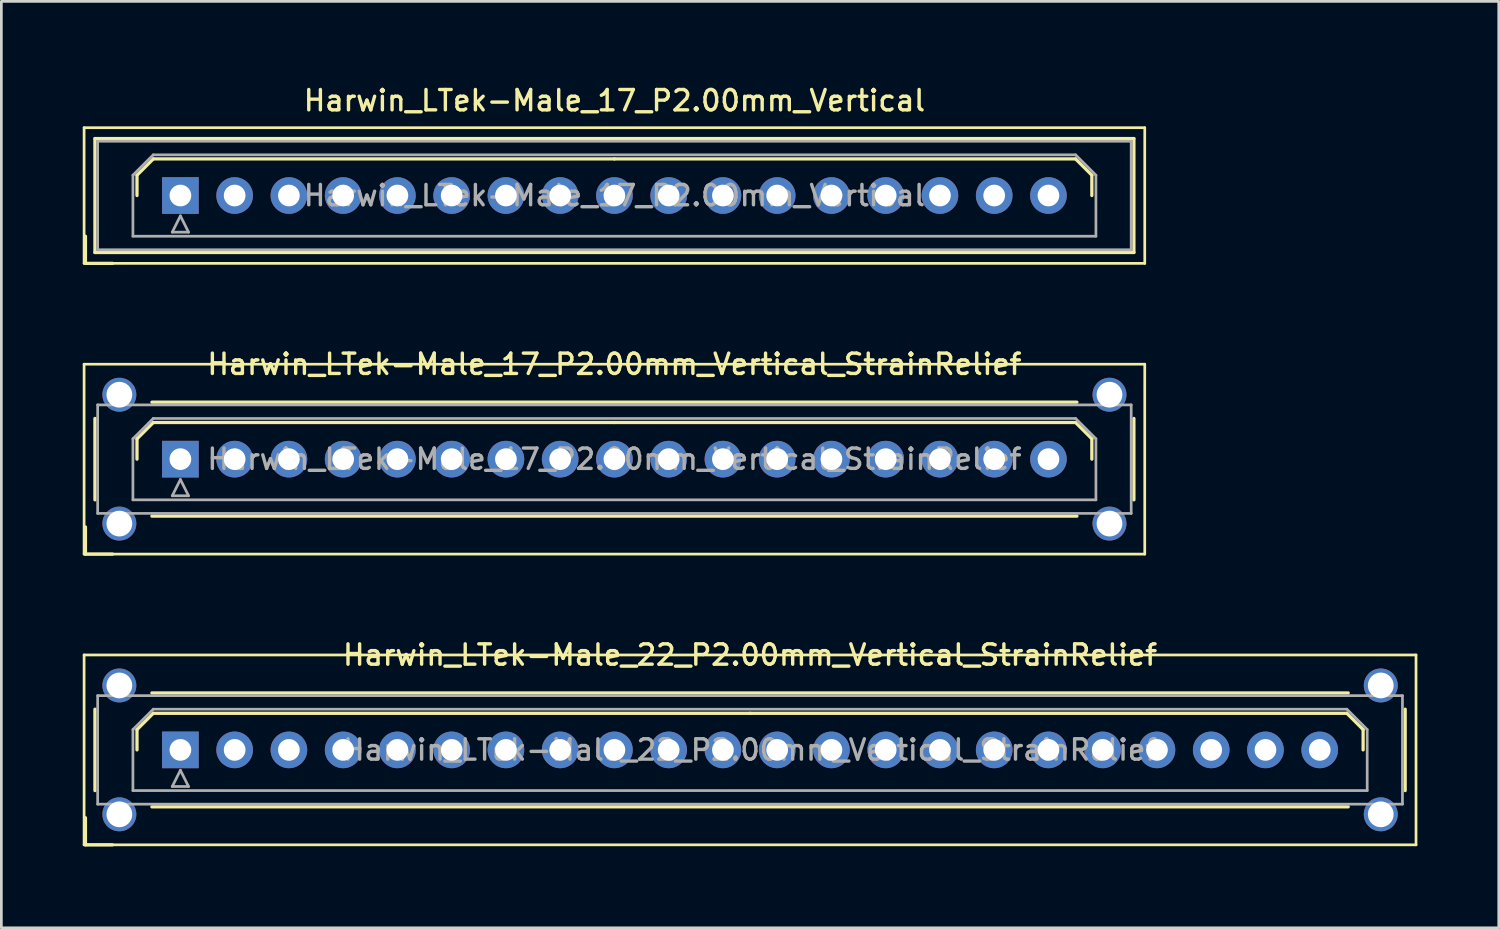
<source format=kicad_pcb>
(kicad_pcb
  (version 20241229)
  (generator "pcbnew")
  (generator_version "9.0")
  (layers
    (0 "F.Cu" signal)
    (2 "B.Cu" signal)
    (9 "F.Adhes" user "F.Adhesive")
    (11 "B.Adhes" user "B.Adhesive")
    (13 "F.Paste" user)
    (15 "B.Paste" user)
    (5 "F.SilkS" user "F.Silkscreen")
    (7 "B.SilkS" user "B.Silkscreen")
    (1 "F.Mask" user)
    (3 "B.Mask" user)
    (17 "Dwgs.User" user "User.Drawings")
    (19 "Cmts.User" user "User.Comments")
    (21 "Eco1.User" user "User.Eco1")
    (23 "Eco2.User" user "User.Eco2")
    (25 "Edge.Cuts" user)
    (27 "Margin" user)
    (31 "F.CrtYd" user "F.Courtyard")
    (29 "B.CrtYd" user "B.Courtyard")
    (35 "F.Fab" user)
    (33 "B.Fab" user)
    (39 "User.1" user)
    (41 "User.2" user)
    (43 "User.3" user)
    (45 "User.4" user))
  (footprint "Harwin_LTek-Male_22_P2.00mm_Vertical_StrainRelief"
    (layer "F.Cu")
    (at 3.6 24.594)
    (property "Reference" "Harwin_LTek-Male_22_P2.00mm_Vertical_StrainRelief" (at 21 -3.5 0) (layer "F.SilkS") (effects (font (size 0.75 0.75) (thickness 0.125))))
    (attr through_hole)
    (fp_line (start -3.55 -3.5) (end -3.55 3.5) (stroke (width 0.1) (type solid)) (layer "F.SilkS"))
    (fp_line (start -3.55 3.5) (end 45.55 3.5) (stroke (width 0.1) (type solid)) (layer "F.SilkS"))
    (fp_line (start -3.5 2.5) (end -3.5 3.5) (stroke (width 0.12) (type solid)) (layer "F.SilkS"))
    (fp_line (start -3.5 3.5) (end -2.5 3.5) (stroke (width 0.12) (type solid)) (layer "F.SilkS"))
    (fp_line (start -3.15 -1.5) (end -3.15 1.5) (stroke (width 0.12) (type solid)) (layer "F.SilkS"))
    (fp_line (start -1.6 -0.75) (end -1 -1.35) (stroke (width 0.12) (type solid)) (layer "F.SilkS"))
    (fp_line (start -1.6 0) (end -1.6 -0.75) (stroke (width 0.12) (type solid)) (layer "F.SilkS"))
    (fp_line (start -1.05 -2.1) (end 43.05 -2.1) (stroke (width 0.12) (type solid)) (layer "F.SilkS"))
    (fp_line (start -1.05 2.1) (end 43.05 2.1) (stroke (width 0.12) (type solid)) (layer "F.SilkS"))
    (fp_line (start -1 -1.35) (end 21 -1.35) (stroke (width 0.12) (type solid)) (layer "F.SilkS"))
    (fp_line (start 43 -1.35) (end 21 -1.35) (stroke (width 0.12) (type solid)) (layer "F.SilkS"))
    (fp_line (start 43.6 -0.75) (end 43 -1.35) (stroke (width 0.12) (type solid)) (layer "F.SilkS"))
    (fp_line (start 43.6 0) (end 43.6 -0.75) (stroke (width 0.12) (type solid)) (layer "F.SilkS"))
    (fp_line (start 45.15 -1.5) (end 45.15 1.5) (stroke (width 0.12) (type solid)) (layer "F.SilkS"))
    (fp_line (start 45.55 -3.5) (end -3.55 -3.5) (stroke (width 0.1) (type solid)) (layer "F.SilkS"))
    (fp_line (start 45.55 3.5) (end 45.55 -3.5) (stroke (width 0.1) (type solid)) (layer "F.SilkS"))
    (fp_line (start -3.05 -2) (end -3.05 2) (stroke (width 0.1) (type solid)) (layer "F.Fab"))
    (fp_line (start -3.05 2) (end 45.05 2) (stroke (width 0.1) (type solid)) (layer "F.Fab"))
    (fp_line (start -1.75 -0.75) (end -1 -1.5) (stroke (width 0.1) (type solid)) (layer "F.Fab"))
    (fp_line (start -1.75 1.5) (end -1.75 -0.75) (stroke (width 0.1) (type solid)) (layer "F.Fab"))
    (fp_line (start -1 -1.5) (end 43 -1.5) (stroke (width 0.1) (type solid)) (layer "F.Fab"))
    (fp_line (start -0.3 1.35) (end 0.3 1.35) (stroke (width 0.1) (type solid)) (layer "F.Fab"))
    (fp_line (start 0 0.75) (end -0.3 1.35) (stroke (width 0.1) (type solid)) (layer "F.Fab"))
    (fp_line (start 0.3 1.35) (end 0 0.75) (stroke (width 0.1) (type solid)) (layer "F.Fab"))
    (fp_line (start 43 -1.5) (end 43.75 -0.75) (stroke (width 0.1) (type solid)) (layer "F.Fab"))
    (fp_line (start 43.75 -0.75) (end 43.75 1.5) (stroke (width 0.1) (type solid)) (layer "F.Fab"))
    (fp_line (start 43.75 1.5) (end -1.75 1.5) (stroke (width 0.1) (type solid)) (layer "F.Fab"))
    (fp_line (start 45.05 -2) (end -3.05 -2) (stroke (width 0.1) (type solid)) (layer "F.Fab"))
    (fp_line (start 45.05 2) (end 45.05 -2) (stroke (width 0.1) (type solid)) (layer "F.Fab"))
    (fp_text user "${REFERENCE}" (at 21 0 0) (layer "F.Fab") (effects (font (size 0.75 0.75) (thickness 0.125))))
    (pad "" thru_hole circle (at -2.25 -2.375) (size 1.25 1.25) (drill 0.95) (layers "*.Cu" "*.Mask"))
    (pad "" thru_hole circle (at -2.25 2.375) (size 1.25 1.25) (drill 0.95) (layers "*.Cu" "*.Mask"))
    (pad "" thru_hole circle (at 44.25 -2.375) (size 1.25 1.25) (drill 0.95) (layers "*.Cu" "*.Mask"))
    (pad "" thru_hole circle (at 44.25 2.375) (size 1.25 1.25) (drill 0.95) (layers "*.Cu" "*.Mask"))
    (pad "1" thru_hole rect (at 0 0) (size 1.35 1.35) (drill 0.8) (layers "*.Cu" "*.Mask"))
    (pad "2" thru_hole circle (at 2 0) (size 1.35 1.35) (drill 0.8) (layers "*.Cu" "*.Mask"))
    (pad "3" thru_hole circle (at 4 0) (size 1.35 1.35) (drill 0.8) (layers "*.Cu" "*.Mask"))
    (pad "4" thru_hole circle (at 6 0) (size 1.35 1.35) (drill 0.8) (layers "*.Cu" "*.Mask"))
    (pad "5" thru_hole circle (at 8 0) (size 1.35 1.35) (drill 0.8) (layers "*.Cu" "*.Mask"))
    (pad "6" thru_hole circle (at 10 0) (size 1.35 1.35) (drill 0.8) (layers "*.Cu" "*.Mask"))
    (pad "7" thru_hole circle (at 12 0) (size 1.35 1.35) (drill 0.8) (layers "*.Cu" "*.Mask"))
    (pad "8" thru_hole circle (at 14 0) (size 1.35 1.35) (drill 0.8) (layers "*.Cu" "*.Mask"))
    (pad "9" thru_hole circle (at 16 0) (size 1.35 1.35) (drill 0.8) (layers "*.Cu" "*.Mask"))
    (pad "10" thru_hole circle (at 18 0) (size 1.35 1.35) (drill 0.8) (layers "*.Cu" "*.Mask"))
    (pad "11" thru_hole circle (at 20 0) (size 1.35 1.35) (drill 0.8) (layers "*.Cu" "*.Mask"))
    (pad "12" thru_hole circle (at 22 0) (size 1.35 1.35) (drill 0.8) (layers "*.Cu" "*.Mask"))
    (pad "13" thru_hole circle (at 24 0) (size 1.35 1.35) (drill 0.8) (layers "*.Cu" "*.Mask"))
    (pad "14" thru_hole circle (at 26 0) (size 1.35 1.35) (drill 0.8) (layers "*.Cu" "*.Mask"))
    (pad "15" thru_hole circle (at 28 0) (size 1.35 1.35) (drill 0.8) (layers "*.Cu" "*.Mask"))
    (pad "16" thru_hole circle (at 30 0) (size 1.35 1.35) (drill 0.8) (layers "*.Cu" "*.Mask"))
    (pad "17" thru_hole circle (at 32 0) (size 1.35 1.35) (drill 0.8) (layers "*.Cu" "*.Mask"))
    (pad "18" thru_hole circle (at 34 0) (size 1.35 1.35) (drill 0.8) (layers "*.Cu" "*.Mask"))
    (pad "19" thru_hole circle (at 36 0) (size 1.35 1.35) (drill 0.8) (layers "*.Cu" "*.Mask"))
    (pad "20" thru_hole circle (at 38 0) (size 1.35 1.35) (drill 0.8) (layers "*.Cu" "*.Mask"))
    (pad "21" thru_hole circle (at 40 0) (size 1.35 1.35) (drill 0.8) (layers "*.Cu" "*.Mask"))
    (pad "22" thru_hole circle (at 42 0) (size 1.35 1.35) (drill 0.8) (layers "*.Cu" "*.Mask")))
  (footprint "Harwin_LTek-Male_17_P2.00mm_Vertical_StrainRelief"
    (layer "F.Cu")
    (at 3.6 13.876)
    (property "Reference" "Harwin_LTek-Male_17_P2.00mm_Vertical_StrainRelief" (at 16 -3.5 0) (layer "F.SilkS") (effects (font (size 0.75 0.75) (thickness 0.125))))
    (attr through_hole)
    (fp_line (start -3.55 -3.5) (end -3.55 3.5) (stroke (width 0.1) (type solid)) (layer "F.SilkS"))
    (fp_line (start -3.55 3.5) (end 35.55 3.5) (stroke (width 0.1) (type solid)) (layer "F.SilkS"))
    (fp_line (start -3.5 2.5) (end -3.5 3.5) (stroke (width 0.12) (type solid)) (layer "F.SilkS"))
    (fp_line (start -3.5 3.5) (end -2.5 3.5) (stroke (width 0.12) (type solid)) (layer "F.SilkS"))
    (fp_line (start -3.15 -1.5) (end -3.15 1.5) (stroke (width 0.12) (type solid)) (layer "F.SilkS"))
    (fp_line (start -1.6 -0.75) (end -1 -1.35) (stroke (width 0.12) (type solid)) (layer "F.SilkS"))
    (fp_line (start -1.6 0) (end -1.6 -0.75) (stroke (width 0.12) (type solid)) (layer "F.SilkS"))
    (fp_line (start -1.05 -2.1) (end 33.05 -2.1) (stroke (width 0.12) (type solid)) (layer "F.SilkS"))
    (fp_line (start -1.05 2.1) (end 33.05 2.1) (stroke (width 0.12) (type solid)) (layer "F.SilkS"))
    (fp_line (start -1 -1.35) (end 16 -1.35) (stroke (width 0.12) (type solid)) (layer "F.SilkS"))
    (fp_line (start 33 -1.35) (end 16 -1.35) (stroke (width 0.12) (type solid)) (layer "F.SilkS"))
    (fp_line (start 33.6 -0.75) (end 33 -1.35) (stroke (width 0.12) (type solid)) (layer "F.SilkS"))
    (fp_line (start 33.6 0) (end 33.6 -0.75) (stroke (width 0.12) (type solid)) (layer "F.SilkS"))
    (fp_line (start 35.15 -1.5) (end 35.15 1.5) (stroke (width 0.12) (type solid)) (layer "F.SilkS"))
    (fp_line (start 35.55 -3.5) (end -3.55 -3.5) (stroke (width 0.1) (type solid)) (layer "F.SilkS"))
    (fp_line (start 35.55 3.5) (end 35.55 -3.5) (stroke (width 0.1) (type solid)) (layer "F.SilkS"))
    (fp_line (start -3.05 -2) (end -3.05 2) (stroke (width 0.1) (type solid)) (layer "F.Fab"))
    (fp_line (start -3.05 2) (end 35.05 2) (stroke (width 0.1) (type solid)) (layer "F.Fab"))
    (fp_line (start -1.75 -0.75) (end -1 -1.5) (stroke (width 0.1) (type solid)) (layer "F.Fab"))
    (fp_line (start -1.75 1.5) (end -1.75 -0.75) (stroke (width 0.1) (type solid)) (layer "F.Fab"))
    (fp_line (start -1 -1.5) (end 33 -1.5) (stroke (width 0.1) (type solid)) (layer "F.Fab"))
    (fp_line (start -0.3 1.35) (end 0.3 1.35) (stroke (width 0.1) (type solid)) (layer "F.Fab"))
    (fp_line (start 0 0.75) (end -0.3 1.35) (stroke (width 0.1) (type solid)) (layer "F.Fab"))
    (fp_line (start 0.3 1.35) (end 0 0.75) (stroke (width 0.1) (type solid)) (layer "F.Fab"))
    (fp_line (start 33 -1.5) (end 33.75 -0.75) (stroke (width 0.1) (type solid)) (layer "F.Fab"))
    (fp_line (start 33.75 -0.75) (end 33.75 1.5) (stroke (width 0.1) (type solid)) (layer "F.Fab"))
    (fp_line (start 33.75 1.5) (end -1.75 1.5) (stroke (width 0.1) (type solid)) (layer "F.Fab"))
    (fp_line (start 35.05 -2) (end -3.05 -2) (stroke (width 0.1) (type solid)) (layer "F.Fab"))
    (fp_line (start 35.05 2) (end 35.05 -2) (stroke (width 0.1) (type solid)) (layer "F.Fab"))
    (fp_text user "${REFERENCE}" (at 16 0 0) (layer "F.Fab") (effects (font (size 0.75 0.75) (thickness 0.125))))
    (pad "" thru_hole circle (at -2.25 -2.375) (size 1.25 1.25) (drill 0.95) (layers "*.Cu" "*.Mask"))
    (pad "" thru_hole circle (at -2.25 2.375) (size 1.25 1.25) (drill 0.95) (layers "*.Cu" "*.Mask"))
    (pad "" thru_hole circle (at 34.25 -2.375) (size 1.25 1.25) (drill 0.95) (layers "*.Cu" "*.Mask"))
    (pad "" thru_hole circle (at 34.25 2.375) (size 1.25 1.25) (drill 0.95) (layers "*.Cu" "*.Mask"))
    (pad "1" thru_hole rect (at 0 0) (size 1.35 1.35) (drill 0.8) (layers "*.Cu" "*.Mask"))
    (pad "2" thru_hole circle (at 2 0) (size 1.35 1.35) (drill 0.8) (layers "*.Cu" "*.Mask"))
    (pad "3" thru_hole circle (at 4 0) (size 1.35 1.35) (drill 0.8) (layers "*.Cu" "*.Mask"))
    (pad "4" thru_hole circle (at 6 0) (size 1.35 1.35) (drill 0.8) (layers "*.Cu" "*.Mask"))
    (pad "5" thru_hole circle (at 8 0) (size 1.35 1.35) (drill 0.8) (layers "*.Cu" "*.Mask"))
    (pad "6" thru_hole circle (at 10 0) (size 1.35 1.35) (drill 0.8) (layers "*.Cu" "*.Mask"))
    (pad "7" thru_hole circle (at 12 0) (size 1.35 1.35) (drill 0.8) (layers "*.Cu" "*.Mask"))
    (pad "8" thru_hole circle (at 14 0) (size 1.35 1.35) (drill 0.8) (layers "*.Cu" "*.Mask"))
    (pad "9" thru_hole circle (at 16 0) (size 1.35 1.35) (drill 0.8) (layers "*.Cu" "*.Mask"))
    (pad "10" thru_hole circle (at 18 0) (size 1.35 1.35) (drill 0.8) (layers "*.Cu" "*.Mask"))
    (pad "11" thru_hole circle (at 20 0) (size 1.35 1.35) (drill 0.8) (layers "*.Cu" "*.Mask"))
    (pad "12" thru_hole circle (at 22 0) (size 1.35 1.35) (drill 0.8) (layers "*.Cu" "*.Mask"))
    (pad "13" thru_hole circle (at 24 0) (size 1.35 1.35) (drill 0.8) (layers "*.Cu" "*.Mask"))
    (pad "14" thru_hole circle (at 26 0) (size 1.35 1.35) (drill 0.8) (layers "*.Cu" "*.Mask"))
    (pad "15" thru_hole circle (at 28 0) (size 1.35 1.35) (drill 0.8) (layers "*.Cu" "*.Mask"))
    (pad "16" thru_hole circle (at 30 0) (size 1.35 1.35) (drill 0.8) (layers "*.Cu" "*.Mask"))
    (pad "17" thru_hole circle (at 32 0) (size 1.35 1.35) (drill 0.8) (layers "*.Cu" "*.Mask")))
  (footprint "Harwin_LTek-Male_17_P2.00mm_Vertical"
    (layer "F.Cu")
    (at 3.6 4.158)
    (property "Reference" "Harwin_LTek-Male_17_P2.00mm_Vertical" (at 16 -3.5 0) (layer "F.SilkS") (effects (font (size 0.75 0.75) (thickness 0.125))))
    (attr through_hole)
    (fp_line (start -3.55 -2.5) (end -3.55 2.5) (stroke (width 0.1) (type solid)) (layer "F.SilkS"))
    (fp_line (start -3.55 2.5) (end 35.55 2.5) (stroke (width 0.1) (type solid)) (layer "F.SilkS"))
    (fp_line (start -3.5 1.5) (end -3.5 2.5) (stroke (width 0.12) (type solid)) (layer "F.SilkS"))
    (fp_line (start -3.5 2.5) (end -2.5 2.5) (stroke (width 0.12) (type solid)) (layer "F.SilkS"))
    (fp_line (start -3.15 -2.1) (end -3.15 2.1) (stroke (width 0.12) (type solid)) (layer "F.SilkS"))
    (fp_line (start -3.15 2.1) (end 35.15 2.1) (stroke (width 0.12) (type solid)) (layer "F.SilkS"))
    (fp_line (start -1.6 -0.75) (end -1 -1.35) (stroke (width 0.12) (type solid)) (layer "F.SilkS"))
    (fp_line (start -1.6 0) (end -1.6 -0.75) (stroke (width 0.12) (type solid)) (layer "F.SilkS"))
    (fp_line (start -1 -1.35) (end 16 -1.35) (stroke (width 0.12) (type solid)) (layer "F.SilkS"))
    (fp_line (start 33 -1.35) (end 16 -1.35) (stroke (width 0.12) (type solid)) (layer "F.SilkS"))
    (fp_line (start 33.6 -0.75) (end 33 -1.35) (stroke (width 0.12) (type solid)) (layer "F.SilkS"))
    (fp_line (start 33.6 0) (end 33.6 -0.75) (stroke (width 0.12) (type solid)) (layer "F.SilkS"))
    (fp_line (start 35.15 -2.1) (end -3.15 -2.1) (stroke (width 0.12) (type solid)) (layer "F.SilkS"))
    (fp_line (start 35.15 2.1) (end 35.15 -2.1) (stroke (width 0.12) (type solid)) (layer "F.SilkS"))
    (fp_line (start 35.55 -2.5) (end -3.55 -2.5) (stroke (width 0.1) (type solid)) (layer "F.SilkS"))
    (fp_line (start 35.55 2.5) (end 35.55 -2.5) (stroke (width 0.1) (type solid)) (layer "F.SilkS"))
    (fp_line (start -3.05 -2) (end -3.05 2) (stroke (width 0.1) (type solid)) (layer "F.Fab"))
    (fp_line (start -3.05 2) (end 35.05 2) (stroke (width 0.1) (type solid)) (layer "F.Fab"))
    (fp_line (start -1.75 -0.75) (end -1 -1.5) (stroke (width 0.1) (type solid)) (layer "F.Fab"))
    (fp_line (start -1.75 1.5) (end -1.75 -0.75) (stroke (width 0.1) (type solid)) (layer "F.Fab"))
    (fp_line (start -1 -1.5) (end 33 -1.5) (stroke (width 0.1) (type solid)) (layer "F.Fab"))
    (fp_line (start -0.3 1.35) (end 0.3 1.35) (stroke (width 0.1) (type solid)) (layer "F.Fab"))
    (fp_line (start 0 0.75) (end -0.3 1.35) (stroke (width 0.1) (type solid)) (layer "F.Fab"))
    (fp_line (start 0.3 1.35) (end 0 0.75) (stroke (width 0.1) (type solid)) (layer "F.Fab"))
    (fp_line (start 33 -1.5) (end 33.75 -0.75) (stroke (width 0.1) (type solid)) (layer "F.Fab"))
    (fp_line (start 33.75 -0.75) (end 33.75 1.5) (stroke (width 0.1) (type solid)) (layer "F.Fab"))
    (fp_line (start 33.75 1.5) (end -1.75 1.5) (stroke (width 0.1) (type solid)) (layer "F.Fab"))
    (fp_line (start 35.05 -2) (end -3.05 -2) (stroke (width 0.1) (type solid)) (layer "F.Fab"))
    (fp_line (start 35.05 2) (end 35.05 -2) (stroke (width 0.1) (type solid)) (layer "F.Fab"))
    (fp_text user "${REFERENCE}" (at 16 0 0) (layer "F.Fab") (effects (font (size 0.75 0.75) (thickness 0.125))))
    (pad "1" thru_hole rect (at 0 0) (size 1.35 1.35) (drill 0.8) (layers "*.Cu" "*.Mask"))
    (pad "2" thru_hole circle (at 2 0) (size 1.35 1.35) (drill 0.8) (layers "*.Cu" "*.Mask"))
    (pad "3" thru_hole circle (at 4 0) (size 1.35 1.35) (drill 0.8) (layers "*.Cu" "*.Mask"))
    (pad "4" thru_hole circle (at 6 0) (size 1.35 1.35) (drill 0.8) (layers "*.Cu" "*.Mask"))
    (pad "5" thru_hole circle (at 8 0) (size 1.35 1.35) (drill 0.8) (layers "*.Cu" "*.Mask"))
    (pad "6" thru_hole circle (at 10 0) (size 1.35 1.35) (drill 0.8) (layers "*.Cu" "*.Mask"))
    (pad "7" thru_hole circle (at 12 0) (size 1.35 1.35) (drill 0.8) (layers "*.Cu" "*.Mask"))
    (pad "8" thru_hole circle (at 14 0) (size 1.35 1.35) (drill 0.8) (layers "*.Cu" "*.Mask"))
    (pad "9" thru_hole circle (at 16 0) (size 1.35 1.35) (drill 0.8) (layers "*.Cu" "*.Mask"))
    (pad "10" thru_hole circle (at 18 0) (size 1.35 1.35) (drill 0.8) (layers "*.Cu" "*.Mask"))
    (pad "11" thru_hole circle (at 20 0) (size 1.35 1.35) (drill 0.8) (layers "*.Cu" "*.Mask"))
    (pad "12" thru_hole circle (at 22 0) (size 1.35 1.35) (drill 0.8) (layers "*.Cu" "*.Mask"))
    (pad "13" thru_hole circle (at 24 0) (size 1.35 1.35) (drill 0.8) (layers "*.Cu" "*.Mask"))
    (pad "14" thru_hole circle (at 26 0) (size 1.35 1.35) (drill 0.8) (layers "*.Cu" "*.Mask"))
    (pad "15" thru_hole circle (at 28 0) (size 1.35 1.35) (drill 0.8) (layers "*.Cu" "*.Mask"))
    (pad "16" thru_hole circle (at 30 0) (size 1.35 1.35) (drill 0.8) (layers "*.Cu" "*.Mask"))
    (pad "17" thru_hole circle (at 32 0) (size 1.35 1.35) (drill 0.8) (layers "*.Cu" "*.Mask")))
  (gr_rect
    (start -3 -3)
    (end 52.2 31.154)
    (stroke (width 0.1) (type default))
    (fill no)
    (layer "Edge.Cuts")))
</source>
